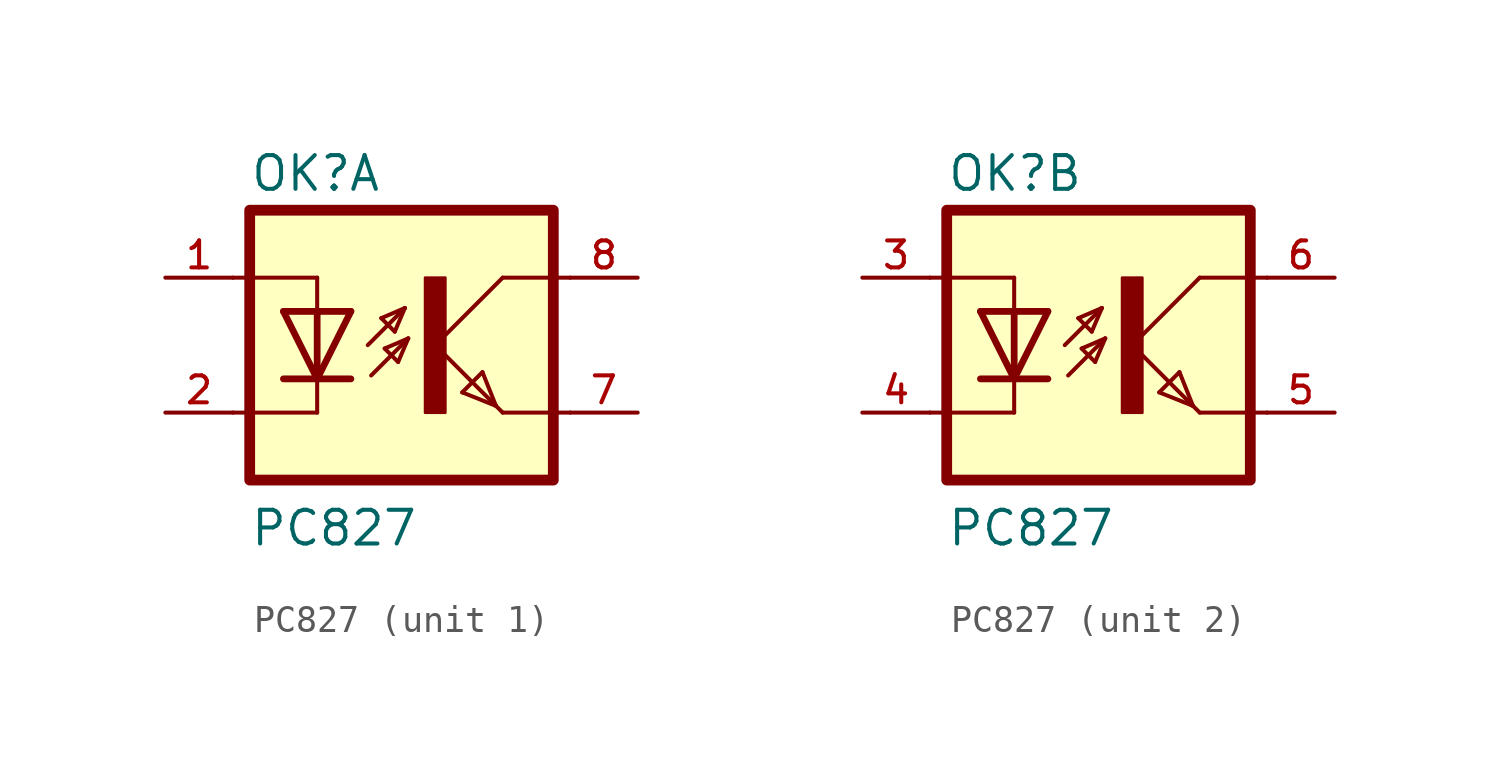
<source format=kicad_sym>
(kicad_symbol_lib
  (version 20211014)
  (generator kicad_symbol_editor)
  (symbol "PC827"
    (pin_names
      (offset 1.016))
    (property "Reference" "OK"
      (at -6.994 5.722 0)
      (effects (font (size 1.27 1.27)) (justify bottom left)))
    (property "Value" "PC827"
      (at -6.995 -7.631 0)
      (effects (font (size 1.27 1.27)) (justify bottom left)))
    (symbol "PC827_1_0"
      (polyline (pts (xy -2.413 -1.143) (xy -1.016 0.254)) (stroke (width 0.152)))
      (polyline (pts (xy -1.016 0.254) (xy -1.905 -0.127)) (stroke (width 0.152)))
      (polyline (pts (xy -1.905 -0.127) (xy -1.397 -0.635)) (stroke (width 0.152)))
      (polyline (pts (xy -1.397 -0.635) (xy -1.016 0.254)) (stroke (width 0.152)))
      (polyline (pts (xy -1.143 1.397) (xy -2.032 1.016)) (stroke (width 0.152)))
      (polyline (pts (xy -2.032 1.016) (xy -1.524 0.508)) (stroke (width 0.152)))
      (polyline (pts (xy -1.524 0.508) (xy -1.143 1.397)) (stroke (width 0.152)))
      (polyline (pts (xy -2.54 0.0) (xy -1.143 1.397)) (stroke (width 0.152)))
      (polyline (pts (xy -3.175 1.27) (xy -4.445 -1.27)) (stroke (width 0.254)))
      (polyline (pts (xy -4.445 -1.27) (xy -5.715 1.27)) (stroke (width 0.254)))
      (polyline (pts (xy -3.175 -1.27) (xy -4.445 -1.27)) (stroke (width 0.254)))
      (polyline (pts (xy -4.445 -1.27) (xy -5.715 -1.27)) (stroke (width 0.254)))
      (polyline (pts (xy -3.175 1.27) (xy -4.445 1.27)) (stroke (width 0.254)))
      (polyline (pts (xy -4.445 1.27) (xy -4.445 -1.27)) (stroke (width 0.254)))
      (polyline (pts (xy -4.445 1.27) (xy -5.715 1.27)) (stroke (width 0.254)))
      (polyline (pts (xy -4.445 2.54) (xy -4.445 1.27)) (stroke (width 0.152)))
      (polyline (pts (xy -4.445 -1.27) (xy -4.445 -2.54)) (stroke (width 0.152)))
      (polyline (pts (xy -4.445 2.54) (xy -7.62 2.54)) (stroke (width 0.152)))
      (polyline (pts (xy -4.445 -2.54) (xy -7.62 -2.54)) (stroke (width 0.152)))
      (polyline (pts (xy 2.54 2.54) (xy 0.0 0.0)) (stroke (width 0.152)))
      (polyline (pts (xy 0.0 0.0) (xy 2.286 -2.286)) (stroke (width 0.152)))
      (polyline (pts (xy 2.54 -2.54) (xy 5.08 -2.54)) (stroke (width 0.152)))
      (polyline (pts (xy 2.54 2.54) (xy 5.08 2.54)) (stroke (width 0.152)))
      (polyline (pts (xy 1.778 -1.016) (xy 2.286 -2.286)) (stroke (width 0.152)))
      (polyline (pts (xy 2.286 -2.286) (xy 2.54 -2.54)) (stroke (width 0.152)))
      (polyline (pts (xy 2.286 -2.286) (xy 1.016 -1.778)) (stroke (width 0.152)))
      (polyline (pts (xy 1.016 -1.778) (xy 1.778 -1.016)) (stroke (width 0.152)))
      (rectangle (start -0.382 -2.545) (end 0.381 2.54) (stroke (width 0.1)) (fill (type outline)))
      (rectangle (start -6.985 -5.08) (end 4.445 5.08) (stroke (width 0.406)) (fill (type background)))
      (pin passive line (at -10.16 2.54 0) (length 2.54) (name "~" (effects (font (size 1.016 1.016)))) (number "1" (effects (font (size 1.016 1.016)))))
      (pin passive line (at -10.16 -2.54 0) (length 2.54) (name "~" (effects (font (size 1.016 1.016)))) (number "2" (effects (font (size 1.016 1.016)))))
      (pin passive line (at 7.62 -2.54 180.0) (length 2.54) (name "~" (effects (font (size 1.016 1.016)))) (number "7" (effects (font (size 1.016 1.016)))))
      (pin passive line (at 7.62 2.54 180.0) (length 2.54) (name "~" (effects (font (size 1.016 1.016)))) (number "8" (effects (font (size 1.016 1.016))))))
    (symbol "PC827_2_0"
      (polyline (pts (xy -2.413 -1.143) (xy -1.016 0.254)) (stroke (width 0.152)))
      (polyline (pts (xy -1.016 0.254) (xy -1.905 -0.127)) (stroke (width 0.152)))
      (polyline (pts (xy -1.905 -0.127) (xy -1.397 -0.635)) (stroke (width 0.152)))
      (polyline (pts (xy -1.397 -0.635) (xy -1.016 0.254)) (stroke (width 0.152)))
      (polyline (pts (xy -1.143 1.397) (xy -2.032 1.016)) (stroke (width 0.152)))
      (polyline (pts (xy -2.032 1.016) (xy -1.524 0.508)) (stroke (width 0.152)))
      (polyline (pts (xy -1.524 0.508) (xy -1.143 1.397)) (stroke (width 0.152)))
      (polyline (pts (xy -2.54 0.0) (xy -1.143 1.397)) (stroke (width 0.152)))
      (polyline (pts (xy -3.175 1.27) (xy -4.445 -1.27)) (stroke (width 0.254)))
      (polyline (pts (xy -4.445 -1.27) (xy -5.715 1.27)) (stroke (width 0.254)))
      (polyline (pts (xy -3.175 -1.27) (xy -4.445 -1.27)) (stroke (width 0.254)))
      (polyline (pts (xy -4.445 -1.27) (xy -5.715 -1.27)) (stroke (width 0.254)))
      (polyline (pts (xy -3.175 1.27) (xy -4.445 1.27)) (stroke (width 0.254)))
      (polyline (pts (xy -4.445 1.27) (xy -4.445 -1.27)) (stroke (width 0.254)))
      (polyline (pts (xy -4.445 1.27) (xy -5.715 1.27)) (stroke (width 0.254)))
      (polyline (pts (xy -4.445 2.54) (xy -4.445 1.27)) (stroke (width 0.152)))
      (polyline (pts (xy -4.445 -1.27) (xy -4.445 -2.54)) (stroke (width 0.152)))
      (polyline (pts (xy -4.445 2.54) (xy -7.62 2.54)) (stroke (width 0.152)))
      (polyline (pts (xy -4.445 -2.54) (xy -7.62 -2.54)) (stroke (width 0.152)))
      (polyline (pts (xy 2.54 2.54) (xy 0.0 0.0)) (stroke (width 0.152)))
      (polyline (pts (xy 0.0 0.0) (xy 2.286 -2.286)) (stroke (width 0.152)))
      (polyline (pts (xy 2.54 -2.54) (xy 5.08 -2.54)) (stroke (width 0.152)))
      (polyline (pts (xy 2.54 2.54) (xy 5.08 2.54)) (stroke (width 0.152)))
      (polyline (pts (xy 1.778 -1.016) (xy 2.286 -2.286)) (stroke (width 0.152)))
      (polyline (pts (xy 2.286 -2.286) (xy 2.54 -2.54)) (stroke (width 0.152)))
      (polyline (pts (xy 2.286 -2.286) (xy 1.016 -1.778)) (stroke (width 0.152)))
      (polyline (pts (xy 1.016 -1.778) (xy 1.778 -1.016)) (stroke (width 0.152)))
      (rectangle (start -0.382 -2.545) (end 0.381 2.54) (stroke (width 0.1)) (fill (type outline)))
      (rectangle (start -6.985 -5.08) (end 4.445 5.08) (stroke (width 0.406)) (fill (type background)))
      (pin passive line (at -10.16 2.54 0) (length 2.54) (name "~" (effects (font (size 1.016 1.016)))) (number "3" (effects (font (size 1.016 1.016)))))
      (pin passive line (at -10.16 -2.54 0) (length 2.54) (name "~" (effects (font (size 1.016 1.016)))) (number "4" (effects (font (size 1.016 1.016)))))
      (pin passive line (at 7.62 -2.54 180.0) (length 2.54) (name "~" (effects (font (size 1.016 1.016)))) (number "5" (effects (font (size 1.016 1.016)))))
      (pin passive line (at 7.62 2.54 180.0) (length 2.54) (name "~" (effects (font (size 1.016 1.016)))) (number "6" (effects (font (size 1.016 1.016))))))))
</source>
